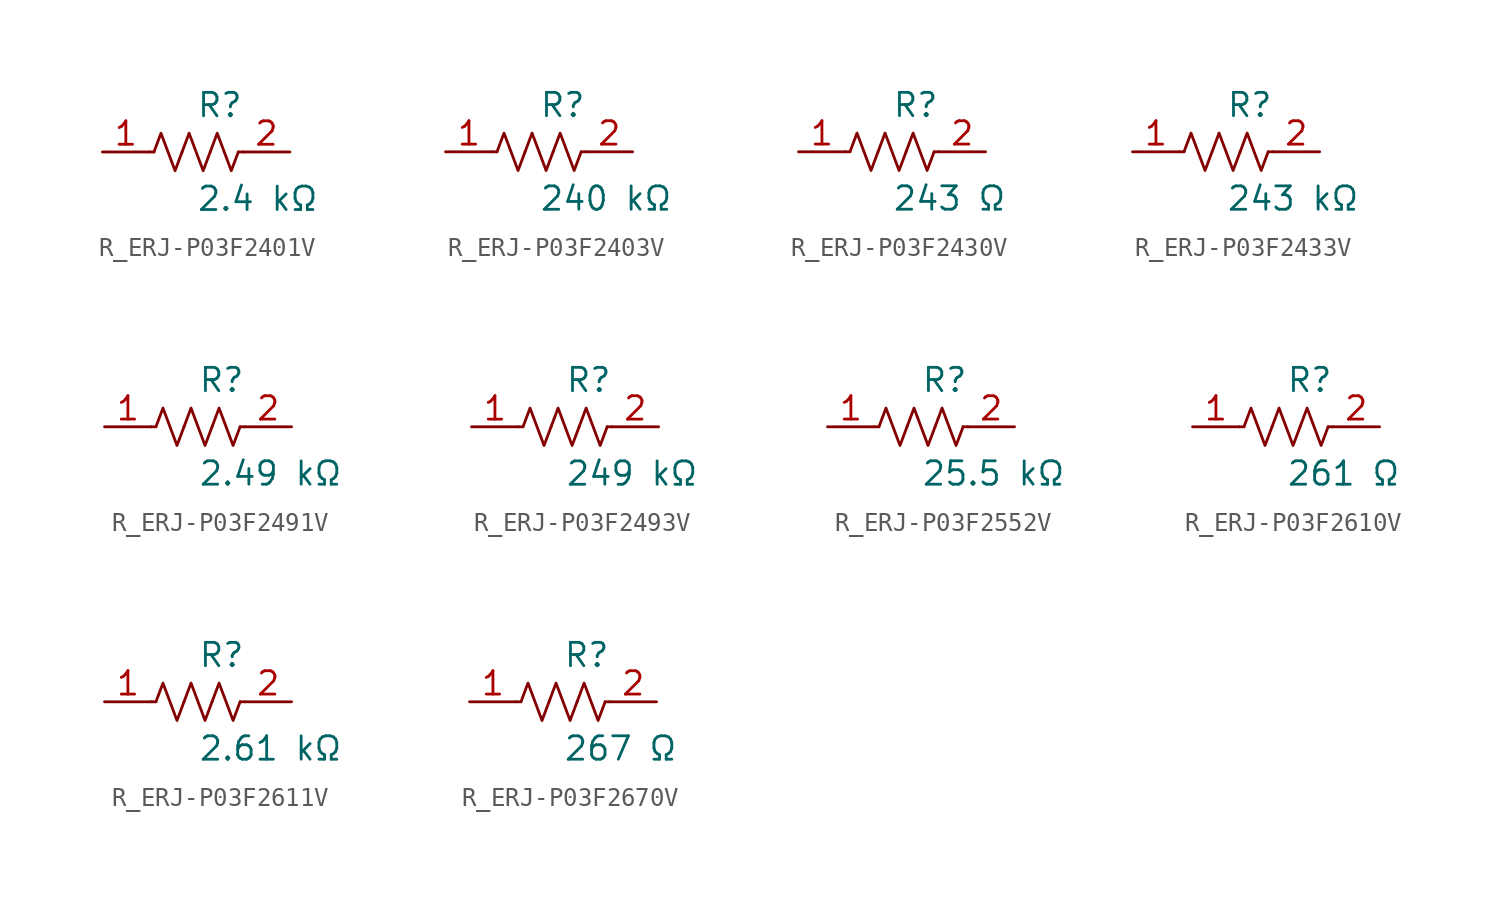
<source format=kicad_sym>
(kicad_symbol_lib
  (version 20231120)
  (generator kicad_symbol_editor)
  (generator_version 8.0)
  (symbol "R_ERJ-P03F2401V"
    (pin_names
      (offset 0.254))
    (property "Reference" "R"
      (at 0.0 2.54 0)
      (effects (font (size 1.27 1.27)) (justify left)))
    (property "Value" "2.4 kΩ"
      (at 0.0 -2.54 0)
      (effects (font (size 1.27 1.27)) (justify left)))
    (symbol "R_ERJ-P03F2401V_0_1"
      (polyline (pts (xy 2.286 0) (xy 2.54 0)) (stroke (width 0) (type default)) (fill (type none)))
      (polyline (pts (xy -2.286 0) (xy -2.54 0)) (stroke (width 0) (type default)) (fill (type none)))
      (polyline (pts (xy 0.762 0) (xy 1.143 1.016) (xy 1.524 0) (xy 1.905 -1.016) (xy 2.286 0)) (stroke (width 0) (type default)) (fill (type none)))
      (polyline (pts (xy -0.762 0) (xy -0.381 1.016) (xy 0 0) (xy 0.381 -1.016) (xy 0.762 0)) (stroke (width 0) (type default)) (fill (type none)))
      (polyline (pts (xy -2.286 0) (xy -1.905 1.016) (xy -1.524 0) (xy -1.143 -1.016) (xy -0.762 0)) (stroke (width 0) (type default)) (fill (type none))))
    (pin unspecified line
      (at -5.08 0 0)
      (length 2.54)
      (name "" (effects (font (size 1.27 1.27))))
      (number "1" (effects (font (size 1.27 1.27)))))
    (pin unspecified line
      (at 5.08 0 180)
      (length 2.54)
      (name "" (effects (font (size 1.27 1.27))))
      (number "2" (effects (font (size 1.27 1.27))))))
  (symbol "R_ERJ-P03F2403V"
    (pin_names
      (offset 0.254))
    (property "Reference" "R"
      (at 0.0 2.54 0)
      (effects (font (size 1.27 1.27)) (justify left)))
    (property "Value" "240 kΩ"
      (at 0.0 -2.54 0)
      (effects (font (size 1.27 1.27)) (justify left)))
    (symbol "R_ERJ-P03F2403V_0_1"
      (polyline (pts (xy 2.286 0) (xy 2.54 0)) (stroke (width 0) (type default)) (fill (type none)))
      (polyline (pts (xy -2.286 0) (xy -2.54 0)) (stroke (width 0) (type default)) (fill (type none)))
      (polyline (pts (xy 0.762 0) (xy 1.143 1.016) (xy 1.524 0) (xy 1.905 -1.016) (xy 2.286 0)) (stroke (width 0) (type default)) (fill (type none)))
      (polyline (pts (xy -0.762 0) (xy -0.381 1.016) (xy 0 0) (xy 0.381 -1.016) (xy 0.762 0)) (stroke (width 0) (type default)) (fill (type none)))
      (polyline (pts (xy -2.286 0) (xy -1.905 1.016) (xy -1.524 0) (xy -1.143 -1.016) (xy -0.762 0)) (stroke (width 0) (type default)) (fill (type none))))
    (pin unspecified line
      (at -5.08 0 0)
      (length 2.54)
      (name "" (effects (font (size 1.27 1.27))))
      (number "1" (effects (font (size 1.27 1.27)))))
    (pin unspecified line
      (at 5.08 0 180)
      (length 2.54)
      (name "" (effects (font (size 1.27 1.27))))
      (number "2" (effects (font (size 1.27 1.27))))))
  (symbol "R_ERJ-P03F2430V"
    (pin_names
      (offset 0.254))
    (property "Reference" "R"
      (at 0.0 2.54 0)
      (effects (font (size 1.27 1.27)) (justify left)))
    (property "Value" "243 Ω"
      (at 0.0 -2.54 0)
      (effects (font (size 1.27 1.27)) (justify left)))
    (symbol "R_ERJ-P03F2430V_0_1"
      (polyline (pts (xy 2.286 0) (xy 2.54 0)) (stroke (width 0) (type default)) (fill (type none)))
      (polyline (pts (xy -2.286 0) (xy -2.54 0)) (stroke (width 0) (type default)) (fill (type none)))
      (polyline (pts (xy 0.762 0) (xy 1.143 1.016) (xy 1.524 0) (xy 1.905 -1.016) (xy 2.286 0)) (stroke (width 0) (type default)) (fill (type none)))
      (polyline (pts (xy -0.762 0) (xy -0.381 1.016) (xy 0 0) (xy 0.381 -1.016) (xy 0.762 0)) (stroke (width 0) (type default)) (fill (type none)))
      (polyline (pts (xy -2.286 0) (xy -1.905 1.016) (xy -1.524 0) (xy -1.143 -1.016) (xy -0.762 0)) (stroke (width 0) (type default)) (fill (type none))))
    (pin unspecified line
      (at -5.08 0 0)
      (length 2.54)
      (name "" (effects (font (size 1.27 1.27))))
      (number "1" (effects (font (size 1.27 1.27)))))
    (pin unspecified line
      (at 5.08 0 180)
      (length 2.54)
      (name "" (effects (font (size 1.27 1.27))))
      (number "2" (effects (font (size 1.27 1.27))))))
  (symbol "R_ERJ-P03F2433V"
    (pin_names
      (offset 0.254))
    (property "Reference" "R"
      (at 0.0 2.54 0)
      (effects (font (size 1.27 1.27)) (justify left)))
    (property "Value" "243 kΩ"
      (at 0.0 -2.54 0)
      (effects (font (size 1.27 1.27)) (justify left)))
    (symbol "R_ERJ-P03F2433V_0_1"
      (polyline (pts (xy 2.286 0) (xy 2.54 0)) (stroke (width 0) (type default)) (fill (type none)))
      (polyline (pts (xy -2.286 0) (xy -2.54 0)) (stroke (width 0) (type default)) (fill (type none)))
      (polyline (pts (xy 0.762 0) (xy 1.143 1.016) (xy 1.524 0) (xy 1.905 -1.016) (xy 2.286 0)) (stroke (width 0) (type default)) (fill (type none)))
      (polyline (pts (xy -0.762 0) (xy -0.381 1.016) (xy 0 0) (xy 0.381 -1.016) (xy 0.762 0)) (stroke (width 0) (type default)) (fill (type none)))
      (polyline (pts (xy -2.286 0) (xy -1.905 1.016) (xy -1.524 0) (xy -1.143 -1.016) (xy -0.762 0)) (stroke (width 0) (type default)) (fill (type none))))
    (pin unspecified line
      (at -5.08 0 0)
      (length 2.54)
      (name "" (effects (font (size 1.27 1.27))))
      (number "1" (effects (font (size 1.27 1.27)))))
    (pin unspecified line
      (at 5.08 0 180)
      (length 2.54)
      (name "" (effects (font (size 1.27 1.27))))
      (number "2" (effects (font (size 1.27 1.27))))))
  (symbol "R_ERJ-P03F2491V"
    (pin_names
      (offset 0.254))
    (property "Reference" "R"
      (at 0.0 2.54 0)
      (effects (font (size 1.27 1.27)) (justify left)))
    (property "Value" "2.49 kΩ"
      (at 0.0 -2.54 0)
      (effects (font (size 1.27 1.27)) (justify left)))
    (symbol "R_ERJ-P03F2491V_0_1"
      (polyline (pts (xy 2.286 0) (xy 2.54 0)) (stroke (width 0) (type default)) (fill (type none)))
      (polyline (pts (xy -2.286 0) (xy -2.54 0)) (stroke (width 0) (type default)) (fill (type none)))
      (polyline (pts (xy 0.762 0) (xy 1.143 1.016) (xy 1.524 0) (xy 1.905 -1.016) (xy 2.286 0)) (stroke (width 0) (type default)) (fill (type none)))
      (polyline (pts (xy -0.762 0) (xy -0.381 1.016) (xy 0 0) (xy 0.381 -1.016) (xy 0.762 0)) (stroke (width 0) (type default)) (fill (type none)))
      (polyline (pts (xy -2.286 0) (xy -1.905 1.016) (xy -1.524 0) (xy -1.143 -1.016) (xy -0.762 0)) (stroke (width 0) (type default)) (fill (type none))))
    (pin unspecified line
      (at -5.08 0 0)
      (length 2.54)
      (name "" (effects (font (size 1.27 1.27))))
      (number "1" (effects (font (size 1.27 1.27)))))
    (pin unspecified line
      (at 5.08 0 180)
      (length 2.54)
      (name "" (effects (font (size 1.27 1.27))))
      (number "2" (effects (font (size 1.27 1.27))))))
  (symbol "R_ERJ-P03F2493V"
    (pin_names
      (offset 0.254))
    (property "Reference" "R"
      (at 0.0 2.54 0)
      (effects (font (size 1.27 1.27)) (justify left)))
    (property "Value" "249 kΩ"
      (at 0.0 -2.54 0)
      (effects (font (size 1.27 1.27)) (justify left)))
    (symbol "R_ERJ-P03F2493V_0_1"
      (polyline (pts (xy 2.286 0) (xy 2.54 0)) (stroke (width 0) (type default)) (fill (type none)))
      (polyline (pts (xy -2.286 0) (xy -2.54 0)) (stroke (width 0) (type default)) (fill (type none)))
      (polyline (pts (xy 0.762 0) (xy 1.143 1.016) (xy 1.524 0) (xy 1.905 -1.016) (xy 2.286 0)) (stroke (width 0) (type default)) (fill (type none)))
      (polyline (pts (xy -0.762 0) (xy -0.381 1.016) (xy 0 0) (xy 0.381 -1.016) (xy 0.762 0)) (stroke (width 0) (type default)) (fill (type none)))
      (polyline (pts (xy -2.286 0) (xy -1.905 1.016) (xy -1.524 0) (xy -1.143 -1.016) (xy -0.762 0)) (stroke (width 0) (type default)) (fill (type none))))
    (pin unspecified line
      (at -5.08 0 0)
      (length 2.54)
      (name "" (effects (font (size 1.27 1.27))))
      (number "1" (effects (font (size 1.27 1.27)))))
    (pin unspecified line
      (at 5.08 0 180)
      (length 2.54)
      (name "" (effects (font (size 1.27 1.27))))
      (number "2" (effects (font (size 1.27 1.27))))))
  (symbol "R_ERJ-P03F2552V"
    (pin_names
      (offset 0.254))
    (property "Reference" "R"
      (at 0.0 2.54 0)
      (effects (font (size 1.27 1.27)) (justify left)))
    (property "Value" "25.5 kΩ"
      (at 0.0 -2.54 0)
      (effects (font (size 1.27 1.27)) (justify left)))
    (symbol "R_ERJ-P03F2552V_0_1"
      (polyline (pts (xy 2.286 0) (xy 2.54 0)) (stroke (width 0) (type default)) (fill (type none)))
      (polyline (pts (xy -2.286 0) (xy -2.54 0)) (stroke (width 0) (type default)) (fill (type none)))
      (polyline (pts (xy 0.762 0) (xy 1.143 1.016) (xy 1.524 0) (xy 1.905 -1.016) (xy 2.286 0)) (stroke (width 0) (type default)) (fill (type none)))
      (polyline (pts (xy -0.762 0) (xy -0.381 1.016) (xy 0 0) (xy 0.381 -1.016) (xy 0.762 0)) (stroke (width 0) (type default)) (fill (type none)))
      (polyline (pts (xy -2.286 0) (xy -1.905 1.016) (xy -1.524 0) (xy -1.143 -1.016) (xy -0.762 0)) (stroke (width 0) (type default)) (fill (type none))))
    (pin unspecified line
      (at -5.08 0 0)
      (length 2.54)
      (name "" (effects (font (size 1.27 1.27))))
      (number "1" (effects (font (size 1.27 1.27)))))
    (pin unspecified line
      (at 5.08 0 180)
      (length 2.54)
      (name "" (effects (font (size 1.27 1.27))))
      (number "2" (effects (font (size 1.27 1.27))))))
  (symbol "R_ERJ-P03F2610V"
    (pin_names
      (offset 0.254))
    (property "Reference" "R"
      (at 0.0 2.54 0)
      (effects (font (size 1.27 1.27)) (justify left)))
    (property "Value" "261 Ω"
      (at 0.0 -2.54 0)
      (effects (font (size 1.27 1.27)) (justify left)))
    (symbol "R_ERJ-P03F2610V_0_1"
      (polyline (pts (xy 2.286 0) (xy 2.54 0)) (stroke (width 0) (type default)) (fill (type none)))
      (polyline (pts (xy -2.286 0) (xy -2.54 0)) (stroke (width 0) (type default)) (fill (type none)))
      (polyline (pts (xy 0.762 0) (xy 1.143 1.016) (xy 1.524 0) (xy 1.905 -1.016) (xy 2.286 0)) (stroke (width 0) (type default)) (fill (type none)))
      (polyline (pts (xy -0.762 0) (xy -0.381 1.016) (xy 0 0) (xy 0.381 -1.016) (xy 0.762 0)) (stroke (width 0) (type default)) (fill (type none)))
      (polyline (pts (xy -2.286 0) (xy -1.905 1.016) (xy -1.524 0) (xy -1.143 -1.016) (xy -0.762 0)) (stroke (width 0) (type default)) (fill (type none))))
    (pin unspecified line
      (at -5.08 0 0)
      (length 2.54)
      (name "" (effects (font (size 1.27 1.27))))
      (number "1" (effects (font (size 1.27 1.27)))))
    (pin unspecified line
      (at 5.08 0 180)
      (length 2.54)
      (name "" (effects (font (size 1.27 1.27))))
      (number "2" (effects (font (size 1.27 1.27))))))
  (symbol "R_ERJ-P03F2611V"
    (pin_names
      (offset 0.254))
    (property "Reference" "R"
      (at 0.0 2.54 0)
      (effects (font (size 1.27 1.27)) (justify left)))
    (property "Value" "2.61 kΩ"
      (at 0.0 -2.54 0)
      (effects (font (size 1.27 1.27)) (justify left)))
    (symbol "R_ERJ-P03F2611V_0_1"
      (polyline (pts (xy 2.286 0) (xy 2.54 0)) (stroke (width 0) (type default)) (fill (type none)))
      (polyline (pts (xy -2.286 0) (xy -2.54 0)) (stroke (width 0) (type default)) (fill (type none)))
      (polyline (pts (xy 0.762 0) (xy 1.143 1.016) (xy 1.524 0) (xy 1.905 -1.016) (xy 2.286 0)) (stroke (width 0) (type default)) (fill (type none)))
      (polyline (pts (xy -0.762 0) (xy -0.381 1.016) (xy 0 0) (xy 0.381 -1.016) (xy 0.762 0)) (stroke (width 0) (type default)) (fill (type none)))
      (polyline (pts (xy -2.286 0) (xy -1.905 1.016) (xy -1.524 0) (xy -1.143 -1.016) (xy -0.762 0)) (stroke (width 0) (type default)) (fill (type none))))
    (pin unspecified line
      (at -5.08 0 0)
      (length 2.54)
      (name "" (effects (font (size 1.27 1.27))))
      (number "1" (effects (font (size 1.27 1.27)))))
    (pin unspecified line
      (at 5.08 0 180)
      (length 2.54)
      (name "" (effects (font (size 1.27 1.27))))
      (number "2" (effects (font (size 1.27 1.27))))))
  (symbol "R_ERJ-P03F2670V"
    (pin_names
      (offset 0.254))
    (property "Reference" "R"
      (at 0.0 2.54 0)
      (effects (font (size 1.27 1.27)) (justify left)))
    (property "Value" "267 Ω"
      (at 0.0 -2.54 0)
      (effects (font (size 1.27 1.27)) (justify left)))
    (symbol "R_ERJ-P03F2670V_0_1"
      (polyline (pts (xy 2.286 0) (xy 2.54 0)) (stroke (width 0) (type default)) (fill (type none)))
      (polyline (pts (xy -2.286 0) (xy -2.54 0)) (stroke (width 0) (type default)) (fill (type none)))
      (polyline (pts (xy 0.762 0) (xy 1.143 1.016) (xy 1.524 0) (xy 1.905 -1.016) (xy 2.286 0)) (stroke (width 0) (type default)) (fill (type none)))
      (polyline (pts (xy -0.762 0) (xy -0.381 1.016) (xy 0 0) (xy 0.381 -1.016) (xy 0.762 0)) (stroke (width 0) (type default)) (fill (type none)))
      (polyline (pts (xy -2.286 0) (xy -1.905 1.016) (xy -1.524 0) (xy -1.143 -1.016) (xy -0.762 0)) (stroke (width 0) (type default)) (fill (type none))))
    (pin unspecified line
      (at -5.08 0 0)
      (length 2.54)
      (name "" (effects (font (size 1.27 1.27))))
      (number "1" (effects (font (size 1.27 1.27)))))
    (pin unspecified line
      (at 5.08 0 180)
      (length 2.54)
      (name "" (effects (font (size 1.27 1.27))))
      (number "2" (effects (font (size 1.27 1.27)))))))
</source>
